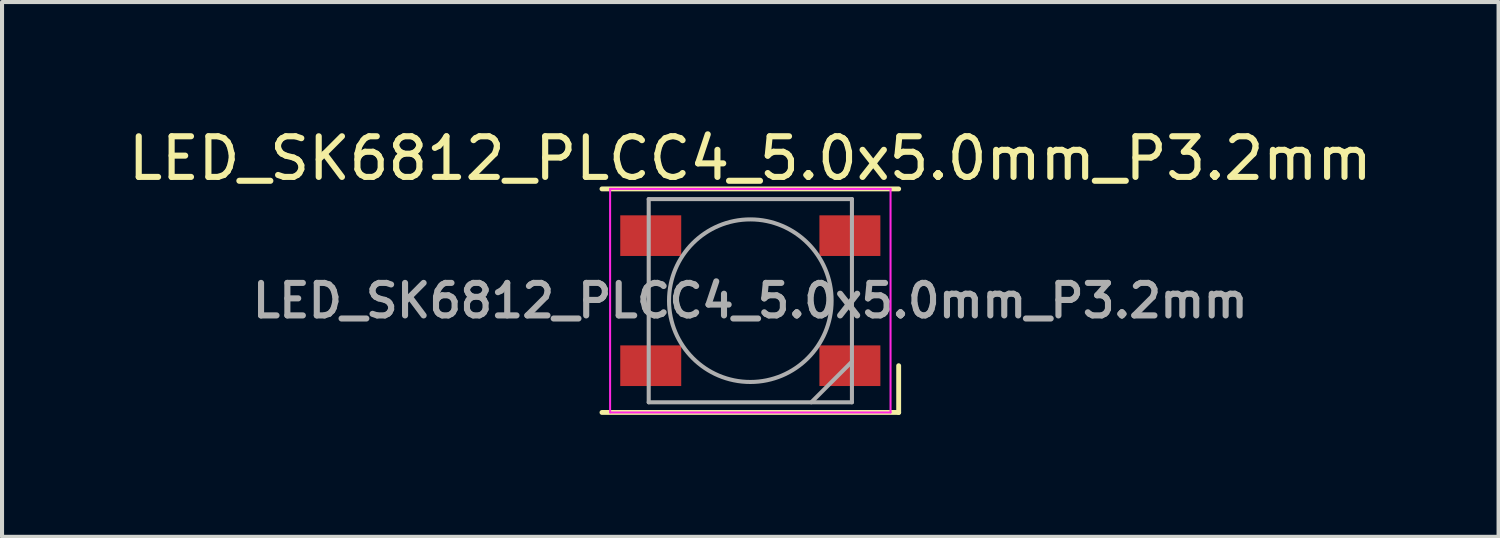
<source format=kicad_pcb>
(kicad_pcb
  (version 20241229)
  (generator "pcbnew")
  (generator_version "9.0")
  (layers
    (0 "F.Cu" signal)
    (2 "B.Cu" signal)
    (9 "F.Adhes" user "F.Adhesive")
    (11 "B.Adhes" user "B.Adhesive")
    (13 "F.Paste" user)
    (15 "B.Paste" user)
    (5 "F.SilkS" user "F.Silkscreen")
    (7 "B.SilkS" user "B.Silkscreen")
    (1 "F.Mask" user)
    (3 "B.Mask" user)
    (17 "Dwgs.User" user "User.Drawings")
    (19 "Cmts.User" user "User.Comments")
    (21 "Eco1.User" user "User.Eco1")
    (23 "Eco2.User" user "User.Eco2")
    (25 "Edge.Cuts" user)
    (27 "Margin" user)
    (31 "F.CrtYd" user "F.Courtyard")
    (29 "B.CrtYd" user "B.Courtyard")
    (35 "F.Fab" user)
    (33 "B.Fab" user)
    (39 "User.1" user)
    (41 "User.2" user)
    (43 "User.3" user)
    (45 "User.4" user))
  (footprint "LED_SK6812_PLCC4_5.0x5.0mm_P3.2mm"
    (layer "F.Cu")
    (at 15.411 4.348)
    (property "Reference" "LED_SK6812_PLCC4_5.0x5.0mm_P3.2mm" (at 0 -3.5 0) (layer "F.SilkS") (effects (font (size 1 1) (thickness 0.15))))
    (attr smd)
    (fp_line (start -3.65 -2.75) (end 3.65 -2.75) (stroke (width 0.12) (type solid)) (layer "F.SilkS"))
    (fp_line (start -3.65 2.75) (end 3.65 2.75) (stroke (width 0.12) (type solid)) (layer "F.SilkS"))
    (fp_line (start 3.65 2.75) (end 3.65 1.6) (stroke (width 0.12) (type solid)) (layer "F.SilkS"))
    (fp_line (start -3.45 -2.75) (end -3.45 2.75) (stroke (width 0.05) (type solid)) (layer "F.CrtYd"))
    (fp_line (start -3.45 2.75) (end 3.45 2.75) (stroke (width 0.05) (type solid)) (layer "F.CrtYd"))
    (fp_line (start 3.45 -2.75) (end -3.45 -2.75) (stroke (width 0.05) (type solid)) (layer "F.CrtYd"))
    (fp_line (start 3.45 2.75) (end 3.45 -2.75) (stroke (width 0.05) (type solid)) (layer "F.CrtYd"))
    (fp_line (start -2.5 -2.5) (end -2.5 2.5) (stroke (width 0.1) (type solid)) (layer "F.Fab"))
    (fp_line (start -2.5 2.5) (end 2.5 2.5) (stroke (width 0.1) (type solid)) (layer "F.Fab"))
    (fp_line (start 2.5 -2.5) (end -2.5 -2.5) (stroke (width 0.1) (type solid)) (layer "F.Fab"))
    (fp_line (start 2.5 1.5) (end 1.5 2.5) (stroke (width 0.1) (type solid)) (layer "F.Fab"))
    (fp_line (start 2.5 2.5) (end 2.5 -2.5) (stroke (width 0.1) (type solid)) (layer "F.Fab"))
    (fp_circle (center 0 0) (end 0 -2) (stroke (width 0.1) (type solid)) (fill no) (layer "F.Fab"))
    (fp_text user "${REFERENCE}" (at 0 0 0) (layer "F.Fab") (effects (font (size 0.8 0.8) (thickness 0.15))))
    (pad "1" smd rect (at 2.45 1.6) (size 1.5 1) (layers "F.Cu" "F.Mask" "F.Paste"))
    (pad "2" smd rect (at 2.45 -1.6) (size 1.5 1) (layers "F.Cu" "F.Mask" "F.Paste"))
    (pad "3" smd rect (at -2.45 -1.6) (size 1.5 1) (layers "F.Cu" "F.Mask" "F.Paste"))
    (pad "4" smd rect (at -2.45 1.6) (size 1.5 1) (layers "F.Cu" "F.Mask" "F.Paste")))
  (gr_rect
    (start -3 -3)
    (end 33.821 10.158)
    (stroke (width 0.1) (type default))
    (fill no)
    (layer "Edge.Cuts")))
</source>
